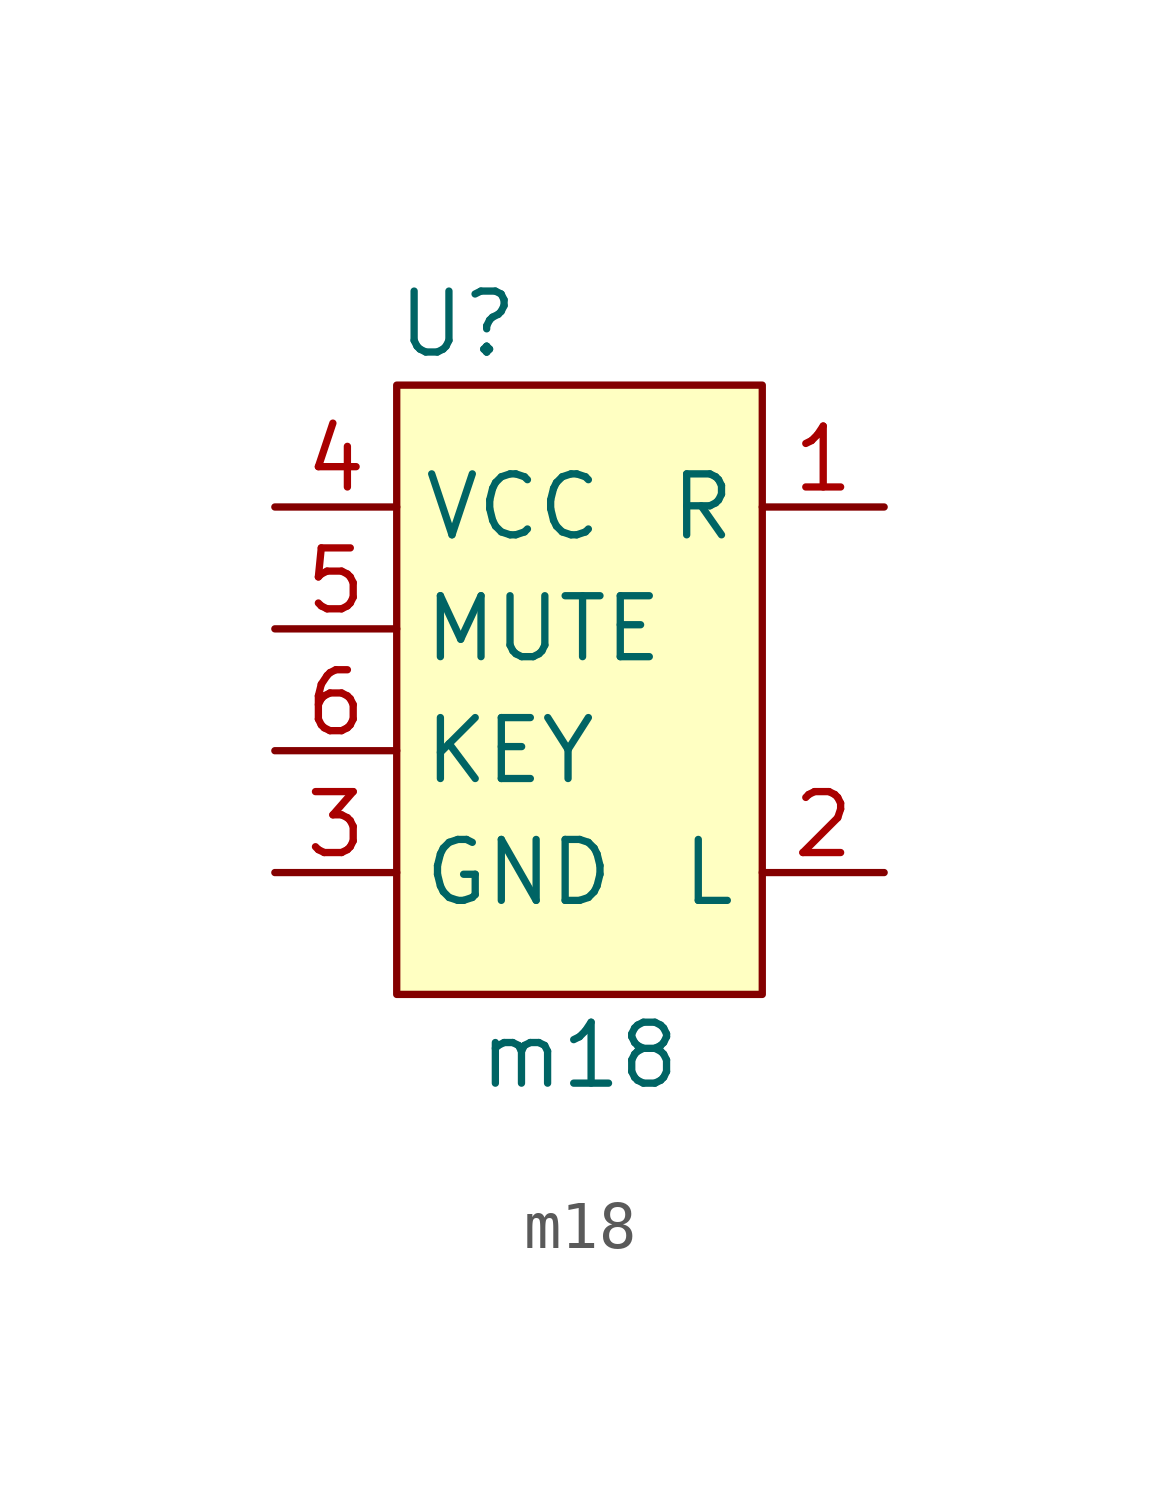
<source format=kicad_sym>
(kicad_symbol_lib
  (version 20211014)
  (generator kicad_symbol_editor)
  (symbol "m18"
    (property "Reference" "U"
      (at -2.54 7.62 0)
      (effects (font (size 1.27 1.27))))
    (property "Value" "m18"
      (at 0 -7.62 0)
      (effects (font (size 1.27 1.27))))
    (symbol "m18_0_1"
      (rectangle (start -3.81 6.35) (end 3.81 -6.35) (stroke (width 0) (type default) (color 0 0 0 0)) (fill (type background))))
    (symbol "m18_1_1"
      (pin input line (at 6.35 3.81 180) (length 2.54) (name "R" (effects (font (size 1.27 1.27)))) (number "1" (effects (font (size 1.27 1.27)))))
      (pin input line (at 6.35 -3.81 180) (length 2.54) (name "L" (effects (font (size 1.27 1.27)))) (number "2" (effects (font (size 1.27 1.27)))))
      (pin power_in line (at -6.35 -3.81 0) (length 2.54) (name "GND" (effects (font (size 1.27 1.27)))) (number "3" (effects (font (size 1.27 1.27)))))
      (pin power_in line (at -6.35 3.81 0) (length 2.54) (name "VCC" (effects (font (size 1.27 1.27)))) (number "4" (effects (font (size 1.27 1.27)))))
      (pin input line (at -6.35 1.27 0) (length 2.54) (name "MUTE" (effects (font (size 1.27 1.27)))) (number "5" (effects (font (size 1.27 1.27)))))
      (pin input line (at -6.35 -1.27 0) (length 2.54) (name "KEY" (effects (font (size 1.27 1.27)))) (number "6" (effects (font (size 1.27 1.27))))))))
</source>
